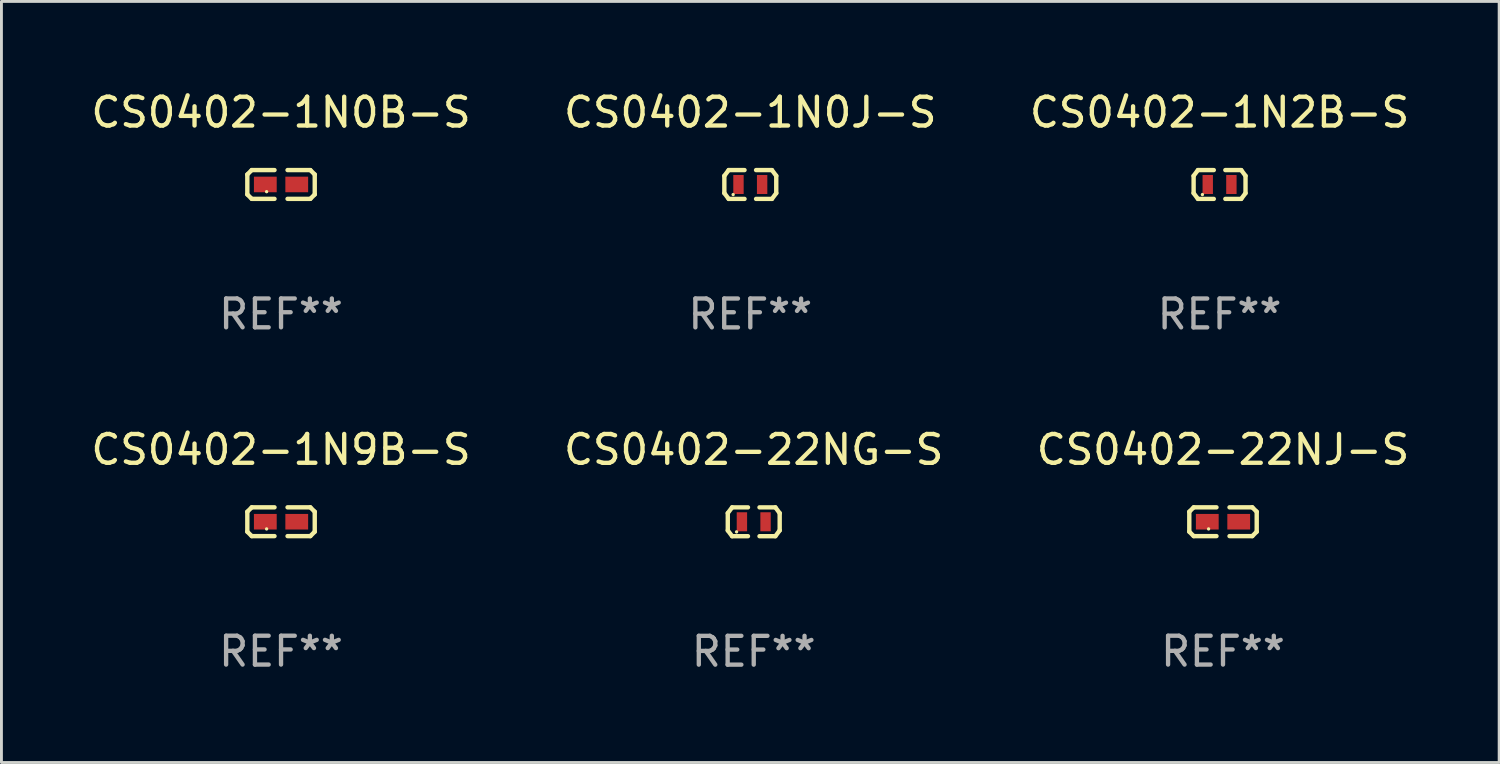
<source format=kicad_pcb>
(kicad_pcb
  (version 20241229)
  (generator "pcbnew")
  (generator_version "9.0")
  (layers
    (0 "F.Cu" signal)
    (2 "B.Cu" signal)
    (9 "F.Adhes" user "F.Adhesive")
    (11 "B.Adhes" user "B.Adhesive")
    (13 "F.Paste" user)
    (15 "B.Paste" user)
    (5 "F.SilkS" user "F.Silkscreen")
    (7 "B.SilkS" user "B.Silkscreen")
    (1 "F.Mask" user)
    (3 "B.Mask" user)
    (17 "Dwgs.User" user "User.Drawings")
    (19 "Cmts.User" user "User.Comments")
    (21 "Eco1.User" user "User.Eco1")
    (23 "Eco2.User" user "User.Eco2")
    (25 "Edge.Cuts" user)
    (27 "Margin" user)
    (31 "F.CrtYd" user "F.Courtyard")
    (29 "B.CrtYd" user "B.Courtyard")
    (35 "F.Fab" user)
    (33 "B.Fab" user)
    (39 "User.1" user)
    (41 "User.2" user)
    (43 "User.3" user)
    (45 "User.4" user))
  (footprint "CS0402-1N9B-S"
    (layer "F.Cu")
    (at 6.696 15.043)
    (property "Reference" "CS0402-1N9B-S" (at 0 -2.499 0) (layer "F.SilkS") (effects (font (size 1 1) (thickness 0.15))))
    (attr through_hole)
    (fp_line (start -1.169 -0.346) (end -1.016 -0.499) (stroke (width 0.152) (type solid)) (layer "F.SilkS"))
    (fp_line (start -1.169 0.346) (end -1.169 -0.346) (stroke (width 0.152) (type solid)) (layer "F.SilkS"))
    (fp_line (start -1.016 -0.499) (end -0.226 -0.499) (stroke (width 0.152) (type solid)) (layer "F.SilkS"))
    (fp_line (start -1.016 0.499) (end -1.169 0.346) (stroke (width 0.152) (type solid)) (layer "F.SilkS"))
    (fp_line (start -0.226 0.499) (end -1.016 0.499) (stroke (width 0.152) (type solid)) (layer "F.SilkS"))
    (fp_line (start 0.226 0.499) (end 1.016 0.499) (stroke (width 0.152) (type solid)) (layer "F.SilkS"))
    (fp_line (start 1.016 -0.499) (end 0.226 -0.499) (stroke (width 0.152) (type solid)) (layer "F.SilkS"))
    (fp_line (start 1.016 0.499) (end 1.169 0.346) (stroke (width 0.152) (type solid)) (layer "F.SilkS"))
    (fp_line (start 1.169 -0.346) (end 1.016 -0.499) (stroke (width 0.152) (type solid)) (layer "F.SilkS"))
    (fp_line (start 1.169 0.346) (end 1.169 -0.346) (stroke (width 0.152) (type solid)) (layer "F.SilkS"))
    (fp_circle (center -0.5 0.25) (end -0.47 0.25) (stroke (width 0.06) (type solid)) (fill no) (layer "F.SilkS"))
    (fp_text user "REF**" (at 0 4.499 0) (layer "F.Fab") (effects (font (size 1 1) (thickness 0.15))))
    (pad "1" smd rect (at -0.545 0) (size 0.79 0.54) (layers "F.Cu" "F.Mask" "F.Paste"))
    (pad "2" smd rect (at 0.545 0) (size 0.79 0.54) (layers "F.Cu" "F.Mask" "F.Paste")))
  (footprint "CS0402-22NJ-S"
    (layer "F.Cu")
    (at 39.363 15.043)
    (property "Reference" "CS0402-22NJ-S" (at 0 -2.499 0) (layer "F.SilkS") (effects (font (size 1 1) (thickness 0.15))))
    (attr through_hole)
    (fp_line (start -1.169 -0.346) (end -1.016 -0.499) (stroke (width 0.152) (type solid)) (layer "F.SilkS"))
    (fp_line (start -1.169 0.346) (end -1.169 -0.346) (stroke (width 0.152) (type solid)) (layer "F.SilkS"))
    (fp_line (start -1.016 -0.499) (end -0.226 -0.499) (stroke (width 0.152) (type solid)) (layer "F.SilkS"))
    (fp_line (start -1.016 0.499) (end -1.169 0.346) (stroke (width 0.152) (type solid)) (layer "F.SilkS"))
    (fp_line (start -0.226 0.499) (end -1.016 0.499) (stroke (width 0.152) (type solid)) (layer "F.SilkS"))
    (fp_line (start 0.226 0.499) (end 1.016 0.499) (stroke (width 0.152) (type solid)) (layer "F.SilkS"))
    (fp_line (start 1.016 -0.499) (end 0.226 -0.499) (stroke (width 0.152) (type solid)) (layer "F.SilkS"))
    (fp_line (start 1.016 0.499) (end 1.169 0.346) (stroke (width 0.152) (type solid)) (layer "F.SilkS"))
    (fp_line (start 1.169 -0.346) (end 1.016 -0.499) (stroke (width 0.152) (type solid)) (layer "F.SilkS"))
    (fp_line (start 1.169 0.346) (end 1.169 -0.346) (stroke (width 0.152) (type solid)) (layer "F.SilkS"))
    (fp_circle (center -0.5 0.25) (end -0.47 0.25) (stroke (width 0.06) (type solid)) (fill no) (layer "F.SilkS"))
    (fp_text user "REF**" (at 0 4.499 0) (layer "F.Fab") (effects (font (size 1 1) (thickness 0.15))))
    (pad "1" smd rect (at -0.545 0) (size 0.79 0.54) (layers "F.Cu" "F.Mask" "F.Paste"))
    (pad "2" smd rect (at 0.545 0) (size 0.79 0.54) (layers "F.Cu" "F.Mask" "F.Paste")))
  (footprint "CS0402-1N0J-S"
    (layer "F.Cu")
    (at 22.97 3.348)
    (property "Reference" "CS0402-1N0J-S" (at 0 -2.5 0) (layer "F.SilkS") (effects (font (size 1 1) (thickness 0.15))))
    (attr through_hole)
    (fp_line (start -0.9 -0.3) (end -0.9 0.3) (stroke (width 0.152) (type solid)) (layer "F.SilkS"))
    (fp_line (start -0.9 0.3) (end -0.75 0.5) (stroke (width 0.152) (type solid)) (layer "F.SilkS"))
    (fp_line (start -0.75 -0.5) (end -0.9 -0.3) (stroke (width 0.152) (type solid)) (layer "F.SilkS"))
    (fp_line (start -0.75 -0.5) (end -0.2 -0.5) (stroke (width 0.152) (type solid)) (layer "F.SilkS"))
    (fp_line (start -0.75 0.5) (end -0.2 0.5) (stroke (width 0.152) (type solid)) (layer "F.SilkS"))
    (fp_line (start 0.75 -0.5) (end 0.2 -0.5) (stroke (width 0.152) (type solid)) (layer "F.SilkS"))
    (fp_line (start 0.75 -0.5) (end 0.9 -0.3) (stroke (width 0.152) (type solid)) (layer "F.SilkS"))
    (fp_line (start 0.75 0.5) (end 0.2 0.5) (stroke (width 0.152) (type solid)) (layer "F.SilkS"))
    (fp_line (start 0.9 -0.3) (end 0.9 0.3) (stroke (width 0.152) (type solid)) (layer "F.SilkS"))
    (fp_line (start 0.9 0.3) (end 0.75 0.5) (stroke (width 0.152) (type solid)) (layer "F.SilkS"))
    (fp_circle (center -0.595 0.35) (end -0.565 0.35) (stroke (width 0.06) (type solid)) (fill no) (layer "F.SilkS"))
    (fp_text user "REF**" (at 0 4.5 0) (layer "F.Fab") (effects (font (size 1 1) (thickness 0.15))))
    (pad "1" smd rect (at -0.41 0.000013 90) (size 0.66 0.36) (layers "F.Cu" "F.Mask" "F.Paste"))
    (pad "2" smd rect (at 0.41 0.000013 90) (size 0.66 0.36) (layers "F.Cu" "F.Mask" "F.Paste")))
  (footprint "CS0402-22NG-S"
    (layer "F.Cu")
    (at 23.089 15.045)
    (property "Reference" "CS0402-22NG-S" (at 0 -2.5 0) (layer "F.SilkS") (effects (font (size 1 1) (thickness 0.15))))
    (attr through_hole)
    (fp_line (start -0.9 -0.3) (end -0.9 0.3) (stroke (width 0.152) (type solid)) (layer "F.SilkS"))
    (fp_line (start -0.9 0.3) (end -0.75 0.5) (stroke (width 0.152) (type solid)) (layer "F.SilkS"))
    (fp_line (start -0.75 -0.5) (end -0.9 -0.3) (stroke (width 0.152) (type solid)) (layer "F.SilkS"))
    (fp_line (start -0.75 -0.5) (end -0.2 -0.5) (stroke (width 0.152) (type solid)) (layer "F.SilkS"))
    (fp_line (start -0.75 0.5) (end -0.2 0.5) (stroke (width 0.152) (type solid)) (layer "F.SilkS"))
    (fp_line (start 0.75 -0.5) (end 0.2 -0.5) (stroke (width 0.152) (type solid)) (layer "F.SilkS"))
    (fp_line (start 0.75 -0.5) (end 0.9 -0.3) (stroke (width 0.152) (type solid)) (layer "F.SilkS"))
    (fp_line (start 0.75 0.5) (end 0.2 0.5) (stroke (width 0.152) (type solid)) (layer "F.SilkS"))
    (fp_line (start 0.9 -0.3) (end 0.9 0.3) (stroke (width 0.152) (type solid)) (layer "F.SilkS"))
    (fp_line (start 0.9 0.3) (end 0.75 0.5) (stroke (width 0.152) (type solid)) (layer "F.SilkS"))
    (fp_circle (center -0.595 0.35) (end -0.565 0.35) (stroke (width 0.06) (type solid)) (fill no) (layer "F.SilkS"))
    (fp_text user "REF**" (at 0 4.5 0) (layer "F.Fab") (effects (font (size 1 1) (thickness 0.15))))
    (pad "1" smd rect (at -0.41 0.000013 90) (size 0.66 0.36) (layers "F.Cu" "F.Mask" "F.Paste"))
    (pad "2" smd rect (at 0.41 0.000013 90) (size 0.66 0.36) (layers "F.Cu" "F.Mask" "F.Paste")))
  (footprint "CS0402-1N2B-S"
    (layer "F.Cu")
    (at 39.244 3.348)
    (property "Reference" "CS0402-1N2B-S" (at 0 -2.5 0) (layer "F.SilkS") (effects (font (size 1 1) (thickness 0.15))))
    (attr through_hole)
    (fp_line (start -0.9 -0.3) (end -0.9 0.3) (stroke (width 0.152) (type solid)) (layer "F.SilkS"))
    (fp_line (start -0.9 0.3) (end -0.75 0.5) (stroke (width 0.152) (type solid)) (layer "F.SilkS"))
    (fp_line (start -0.75 -0.5) (end -0.9 -0.3) (stroke (width 0.152) (type solid)) (layer "F.SilkS"))
    (fp_line (start -0.75 -0.5) (end -0.2 -0.5) (stroke (width 0.152) (type solid)) (layer "F.SilkS"))
    (fp_line (start -0.75 0.5) (end -0.2 0.5) (stroke (width 0.152) (type solid)) (layer "F.SilkS"))
    (fp_line (start 0.75 -0.5) (end 0.2 -0.5) (stroke (width 0.152) (type solid)) (layer "F.SilkS"))
    (fp_line (start 0.75 -0.5) (end 0.9 -0.3) (stroke (width 0.152) (type solid)) (layer "F.SilkS"))
    (fp_line (start 0.75 0.5) (end 0.2 0.5) (stroke (width 0.152) (type solid)) (layer "F.SilkS"))
    (fp_line (start 0.9 -0.3) (end 0.9 0.3) (stroke (width 0.152) (type solid)) (layer "F.SilkS"))
    (fp_line (start 0.9 0.3) (end 0.75 0.5) (stroke (width 0.152) (type solid)) (layer "F.SilkS"))
    (fp_circle (center -0.595 0.35) (end -0.565 0.35) (stroke (width 0.06) (type solid)) (fill no) (layer "F.SilkS"))
    (fp_text user "REF**" (at 0 4.5 0) (layer "F.Fab") (effects (font (size 1 1) (thickness 0.15))))
    (pad "1" smd rect (at -0.41 0.000013 90) (size 0.66 0.36) (layers "F.Cu" "F.Mask" "F.Paste"))
    (pad "2" smd rect (at 0.41 0.000013 90) (size 0.66 0.36) (layers "F.Cu" "F.Mask" "F.Paste")))
  (footprint "CS0402-1N0B-S"
    (layer "F.Cu")
    (at 6.696 3.347)
    (property "Reference" "CS0402-1N0B-S" (at 0 -2.499 0) (layer "F.SilkS") (effects (font (size 1 1) (thickness 0.15))))
    (attr through_hole)
    (fp_line (start -1.169 -0.346) (end -1.016 -0.499) (stroke (width 0.152) (type solid)) (layer "F.SilkS"))
    (fp_line (start -1.169 0.346) (end -1.169 -0.346) (stroke (width 0.152) (type solid)) (layer "F.SilkS"))
    (fp_line (start -1.016 -0.499) (end -0.226 -0.499) (stroke (width 0.152) (type solid)) (layer "F.SilkS"))
    (fp_line (start -1.016 0.499) (end -1.169 0.346) (stroke (width 0.152) (type solid)) (layer "F.SilkS"))
    (fp_line (start -0.226 0.499) (end -1.016 0.499) (stroke (width 0.152) (type solid)) (layer "F.SilkS"))
    (fp_line (start 0.226 0.499) (end 1.016 0.499) (stroke (width 0.152) (type solid)) (layer "F.SilkS"))
    (fp_line (start 1.016 -0.499) (end 0.226 -0.499) (stroke (width 0.152) (type solid)) (layer "F.SilkS"))
    (fp_line (start 1.016 0.499) (end 1.169 0.346) (stroke (width 0.152) (type solid)) (layer "F.SilkS"))
    (fp_line (start 1.169 -0.346) (end 1.016 -0.499) (stroke (width 0.152) (type solid)) (layer "F.SilkS"))
    (fp_line (start 1.169 0.346) (end 1.169 -0.346) (stroke (width 0.152) (type solid)) (layer "F.SilkS"))
    (fp_circle (center -0.5 0.25) (end -0.47 0.25) (stroke (width 0.06) (type solid)) (fill no) (layer "F.SilkS"))
    (fp_text user "REF**" (at 0 4.499 0) (layer "F.Fab") (effects (font (size 1 1) (thickness 0.15))))
    (pad "1" smd rect (at -0.545 0) (size 0.79 0.54) (layers "F.Cu" "F.Mask" "F.Paste"))
    (pad "2" smd rect (at 0.545 0) (size 0.79 0.54) (layers "F.Cu" "F.Mask" "F.Paste")))
  (gr_rect
    (start -3 -3)
    (end 48.94 23.393)
    (stroke (width 0.1) (type default))
    (fill no)
    (layer "Edge.Cuts")))
</source>
